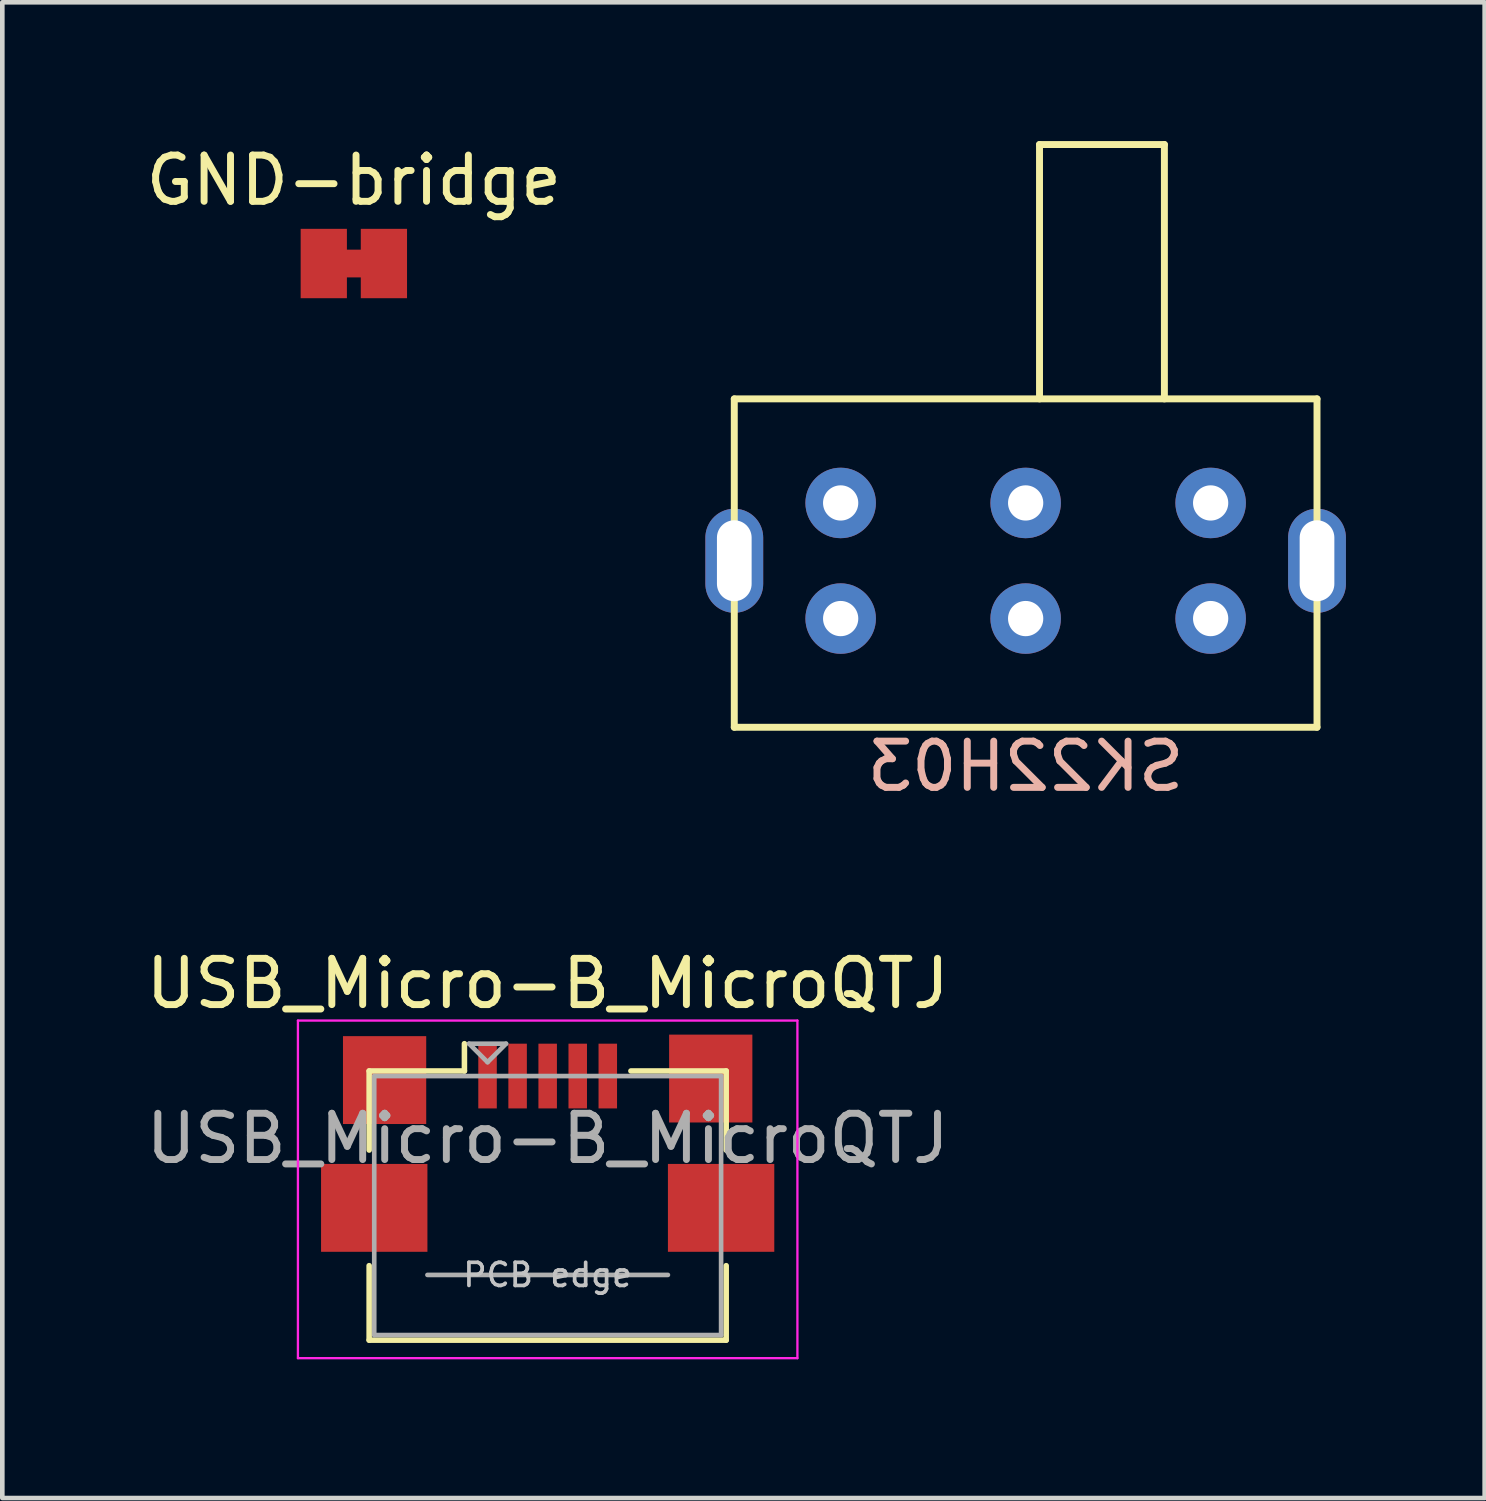
<source format=kicad_pcb>
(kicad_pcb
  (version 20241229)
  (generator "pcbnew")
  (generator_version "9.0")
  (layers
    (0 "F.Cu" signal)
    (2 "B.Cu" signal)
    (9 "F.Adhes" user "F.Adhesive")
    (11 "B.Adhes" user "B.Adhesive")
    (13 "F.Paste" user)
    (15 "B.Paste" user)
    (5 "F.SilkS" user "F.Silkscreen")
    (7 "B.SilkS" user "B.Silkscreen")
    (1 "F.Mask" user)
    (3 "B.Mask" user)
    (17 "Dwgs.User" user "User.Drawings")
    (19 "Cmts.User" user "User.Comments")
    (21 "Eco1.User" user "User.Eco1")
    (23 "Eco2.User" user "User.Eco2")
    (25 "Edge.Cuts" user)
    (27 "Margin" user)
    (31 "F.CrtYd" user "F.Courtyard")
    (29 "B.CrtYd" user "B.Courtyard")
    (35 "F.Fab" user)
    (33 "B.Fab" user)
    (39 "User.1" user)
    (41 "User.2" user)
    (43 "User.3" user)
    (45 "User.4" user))
  (footprint "GND-bridge"
    (layer "F.Cu")
    (at 4.601 2.648)
    (property "Reference" "GND-bridge" (at 0 -1.8 180) (layer "F.SilkS") (effects (font (size 1 1) (thickness 0.15))))
    (attr exclude_from_pos_files exclude_from_bom)
    (fp_poly (pts (xy -0.25 -0.3) (xy 0.25 -0.3) (xy 0.25 0.3) (xy -0.25 0.3)) (stroke (width 0) (type solid)) (fill yes) (layer "F.Cu"))
    (pad "1" smd rect (at -0.65 0) (size 1 1.5) (layers "F.Cu"))
    (pad "2" smd rect (at 0.65 0) (size 1 1.5) (layers "F.Cu")))
  (footprint "SK22H03"
    (layer "F.Cu")
    (at 19.127 9.075)
    (property "Reference" "SK22H03" (at 0 4.445 180) (layer "B.SilkS") (effects (font (size 1 1) (thickness 0.15)) (justify mirror)))
    (attr through_hole)
    (fp_line (start -6.3 -3.5) (end -6.3 3.6) (stroke (width 0.15) (type solid)) (layer "F.SilkS"))
    (fp_line (start -6.3 -3.5) (end 6.3 -3.5) (stroke (width 0.15) (type solid)) (layer "F.SilkS"))
    (fp_line (start -6.3 3.6) (end 6.3 3.6) (stroke (width 0.15) (type solid)) (layer "F.SilkS"))
    (fp_line (start 0.3 -9) (end 0.3 -3.5) (stroke (width 0.15) (type solid)) (layer "F.SilkS"))
    (fp_line (start 0.3 -9) (end 3 -9) (stroke (width 0.15) (type solid)) (layer "F.SilkS"))
    (fp_line (start 3 -9) (end 3 -3.5) (stroke (width 0.15) (type solid)) (layer "F.SilkS"))
    (fp_line (start 6.3 -3.5) (end 6.3 3.6) (stroke (width 0.15) (type solid)) (layer "F.SilkS"))
    (pad "" thru_hole oval (at -6.3 0) (size 1.25 2.25) (drill oval 0.75 1.75) (layers "*.Cu" "*.Mask"))
    (pad "" thru_hole oval (at 6.3 0) (size 1.25 2.25) (drill oval 0.75 1.75) (layers "*.Cu" "*.Mask"))
    (pad "1" thru_hole circle (at -4 -1.25) (size 1.524 1.524) (drill 0.762) (layers "*.Cu" "*.Mask"))
    (pad "2" thru_hole circle (at 0 -1.25) (size 1.524 1.524) (drill 0.762) (layers "*.Cu" "*.Mask"))
    (pad "3" thru_hole circle (at 4 -1.25) (size 1.524 1.524) (drill 0.762) (layers "*.Cu" "*.Mask"))
    (pad "4" thru_hole circle (at -4 1.25) (size 1.524 1.524) (drill 0.762) (layers "*.Cu" "*.Mask"))
    (pad "5" thru_hole circle (at 0 1.25) (size 1.524 1.524) (drill 0.762) (layers "*.Cu" "*.Mask"))
    (pad "6" thru_hole circle (at 4 1.25) (size 1.524 1.524) (drill 0.762) (layers "*.Cu" "*.Mask")))
  (footprint "USB_Micro-B_MicroQTJ"
    (layer "F.Cu")
    (at 8.792 21.767)
    (property "Reference" "USB_Micro-B_MicroQTJ" (at 0 -3.55 0) (layer "F.SilkS") (effects (font (size 1 1) (thickness 0.15))))
    (attr smd)
    (fp_line (start -3.86 -1.66) (end -1.8 -1.66) (stroke (width 0.12) (type solid)) (layer "F.SilkS"))
    (fp_line (start -3.86 0.05) (end -3.86 -1.66) (stroke (width 0.12) (type solid)) (layer "F.SilkS"))
    (fp_line (start -3.86 4.16) (end -3.86 2.55) (stroke (width 0.12) (type solid)) (layer "F.SilkS"))
    (fp_line (start -3.86 4.16) (end 3.86 4.16) (stroke (width 0.12) (type solid)) (layer "F.SilkS"))
    (fp_line (start -1.8 -1.66) (end -1.8 -2.25) (stroke (width 0.12) (type solid)) (layer "F.SilkS"))
    (fp_line (start 3.86 -1.66) (end 1.8 -1.66) (stroke (width 0.12) (type solid)) (layer "F.SilkS"))
    (fp_line (start 3.86 0.05) (end 3.86 -1.66) (stroke (width 0.12) (type solid)) (layer "F.SilkS"))
    (fp_line (start 3.86 4.16) (end 3.86 2.55) (stroke (width 0.12) (type solid)) (layer "F.SilkS"))
    (fp_line (start -5.4 -2.75) (end -5.4 4.55) (stroke (width 0.05) (type solid)) (layer "F.CrtYd"))
    (fp_line (start -5.4 4.55) (end 5.4 4.55) (stroke (width 0.05) (type solid)) (layer "F.CrtYd"))
    (fp_line (start 5.4 -2.75) (end -5.4 -2.75) (stroke (width 0.05) (type solid)) (layer "F.CrtYd"))
    (fp_line (start 5.4 4.55) (end 5.4 -2.75) (stroke (width 0.05) (type solid)) (layer "F.CrtYd"))
    (fp_line (start -3.75 -1.55) (end 3.75 -1.55) (stroke (width 0.1) (type solid)) (layer "F.Fab"))
    (fp_line (start -3.75 4.05) (end -3.75 -1.55) (stroke (width 0.1) (type solid)) (layer "F.Fab"))
    (fp_line (start -2.6 2.75) (end 2.6 2.75) (stroke (width 0.1) (type solid)) (layer "F.Fab"))
    (fp_line (start -1.7 -2.25) (end -1.3 -1.85) (stroke (width 0.1) (type solid)) (layer "F.Fab"))
    (fp_line (start -1.3 -1.85) (end -0.9 -2.25) (stroke (width 0.1) (type solid)) (layer "F.Fab"))
    (fp_line (start -0.9 -2.25) (end -1.7 -2.25) (stroke (width 0.1) (type solid)) (layer "F.Fab"))
    (fp_line (start 3.75 -1.55) (end 3.75 4.05) (stroke (width 0.1) (type solid)) (layer "F.Fab"))
    (fp_line (start 3.75 4.05) (end -3.75 4.05) (stroke (width 0.1) (type solid)) (layer "F.Fab"))
    (fp_text user "PCB edge" (at 0 2.75 0) (layer "Dwgs.User") (effects (font (size 0.5 0.5) (thickness 0.08))))
    (fp_text user "${REFERENCE}" (at 0 -0.2 0) (layer "F.Fab") (effects (font (size 1 1) (thickness 0.15))))
    (pad "1" smd rect (at -1.3 -1.55) (size 0.4 1.4) (layers "F.Cu" "F.Mask" "F.Paste"))
    (pad "2" smd rect (at -0.65 -1.55) (size 0.4 1.4) (layers "F.Cu" "F.Mask" "F.Paste"))
    (pad "3" smd rect (at 0 -1.55) (size 0.4 1.4) (layers "F.Cu" "F.Mask" "F.Paste"))
    (pad "4" smd rect (at 0.65 -1.55) (size 0.4 1.4) (layers "F.Cu" "F.Mask" "F.Paste"))
    (pad "5" smd rect (at 1.3 -1.55) (size 0.4 1.4) (layers "F.Cu" "F.Mask" "F.Paste"))
    (pad "6" smd rect (at -3.75 1.3) (size 2.3 1.9) (layers "F.Cu" "F.Mask" "F.Paste"))
    (pad "6" smd rect (at -3.526 -1.463) (size 1.8 1.9) (layers "F.Cu" "F.Mask" "F.Paste"))
    (pad "6" smd rect (at 3.526 -1.496) (size 1.8 1.9) (layers "F.Cu" "F.Mask" "F.Paste"))
    (pad "6" smd rect (at 3.75 1.3) (size 2.3 1.9) (layers "F.Cu" "F.Mask" "F.Paste")))
  (gr_rect
    (start -3 -3)
    (end 29.052 29.341)
    (stroke (width 0.1) (type default))
    (fill no)
    (layer "Edge.Cuts")))
</source>
